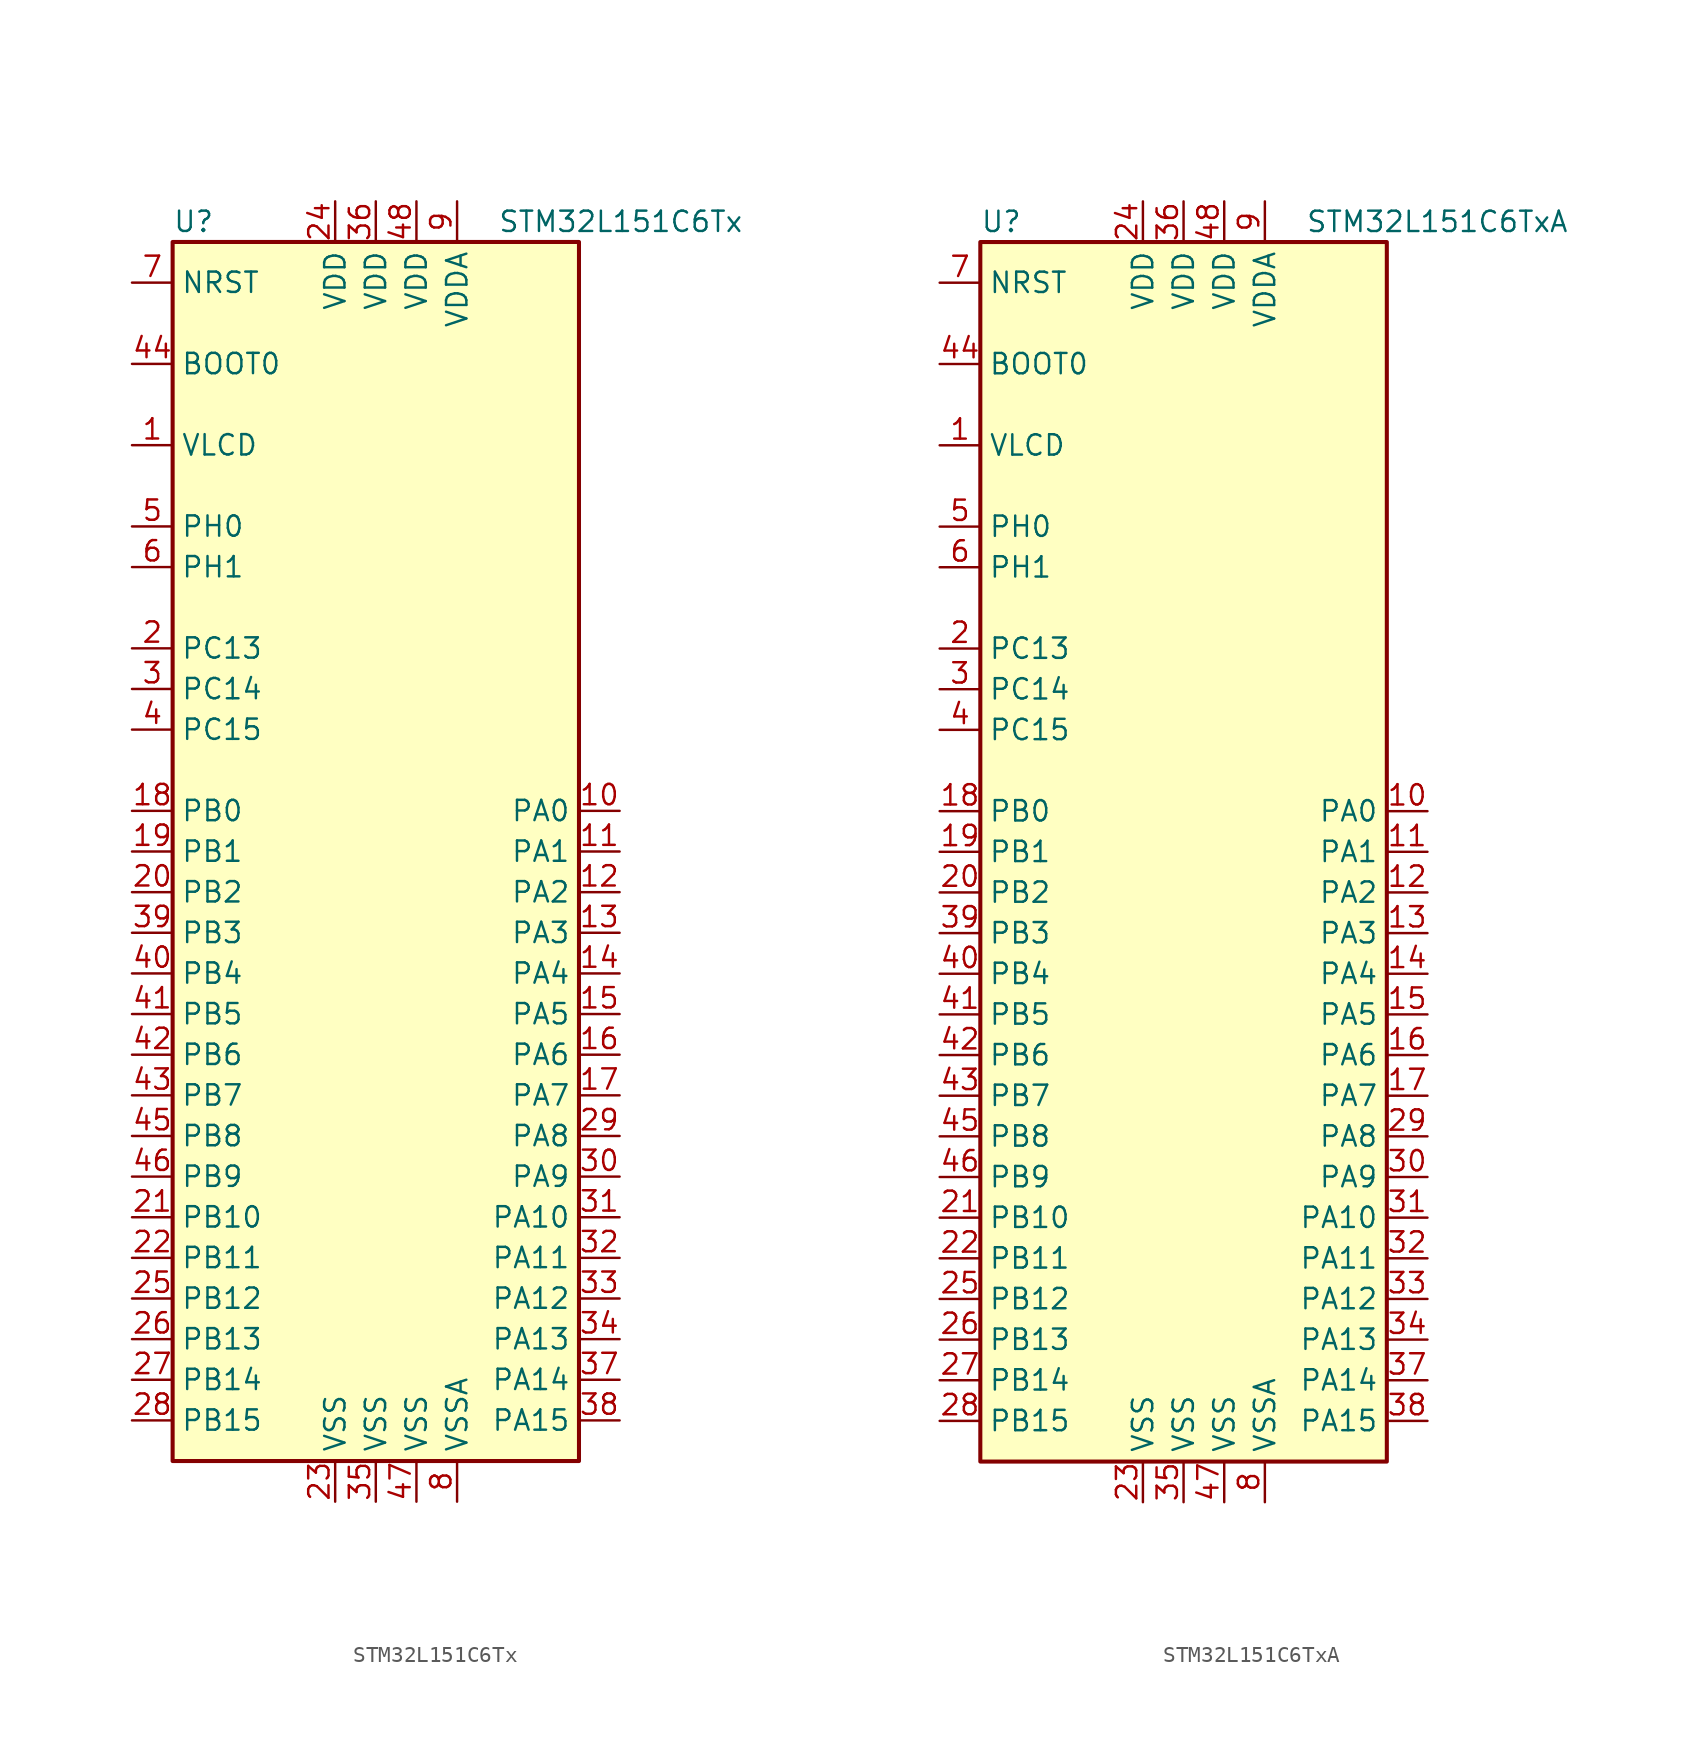
<source format=kicad_sym>
(kicad_symbol_lib
  (version 20201005)
  (generator kicad_symbol_editor)
  (symbol "STM32L151C6Tx"
    (property "Reference" "U"
      (at -12.7 39.37 0)
      (effects (font (size 1.27 1.27)) (justify left)))
    (property "Value" "STM32L151C6Tx"
      (at 7.62 39.37 0)
      (effects (font (size 1.27 1.27)) (justify left)))
    (symbol "STM32L151C6Tx_0_1"
      (rectangle (start -12.7 -38.1) (end 12.7 38.1) (stroke (width 0.254)) (fill (type background))))
    (symbol "STM32L151C6Tx_1_1"
      (pin input line (at -15.24 30.48 0) (length 2.54) (name "BOOT0" (effects (font (size 1.27 1.27)))) (number "44" (effects (font (size 1.27 1.27)))))
      (pin input line (at -15.24 35.56 0) (length 2.54) (name "NRST" (effects (font (size 1.27 1.27)))) (number "7" (effects (font (size 1.27 1.27)))))
      (pin bidirectional line (at 15.24 2.54 180) (length 2.54) (name "PA0" (effects (font (size 1.27 1.27)))) (number "10" (effects (font (size 1.27 1.27)))))
      (pin bidirectional line (at 15.24 0 180) (length 2.54) (name "PA1" (effects (font (size 1.27 1.27)))) (number "11" (effects (font (size 1.27 1.27)))))
      (pin bidirectional line (at 15.24 -22.86 180) (length 2.54) (name "PA10" (effects (font (size 1.27 1.27)))) (number "31" (effects (font (size 1.27 1.27)))))
      (pin bidirectional line (at 15.24 -25.4 180) (length 2.54) (name "PA11" (effects (font (size 1.27 1.27)))) (number "32" (effects (font (size 1.27 1.27)))))
      (pin bidirectional line (at 15.24 -27.94 180) (length 2.54) (name "PA12" (effects (font (size 1.27 1.27)))) (number "33" (effects (font (size 1.27 1.27)))))
      (pin bidirectional line (at 15.24 -30.48 180) (length 2.54) (name "PA13" (effects (font (size 1.27 1.27)))) (number "34" (effects (font (size 1.27 1.27)))))
      (pin bidirectional line (at 15.24 -33.02 180) (length 2.54) (name "PA14" (effects (font (size 1.27 1.27)))) (number "37" (effects (font (size 1.27 1.27)))))
      (pin bidirectional line (at 15.24 -35.56 180) (length 2.54) (name "PA15" (effects (font (size 1.27 1.27)))) (number "38" (effects (font (size 1.27 1.27)))))
      (pin bidirectional line (at 15.24 -2.54 180) (length 2.54) (name "PA2" (effects (font (size 1.27 1.27)))) (number "12" (effects (font (size 1.27 1.27)))))
      (pin bidirectional line (at 15.24 -5.08 180) (length 2.54) (name "PA3" (effects (font (size 1.27 1.27)))) (number "13" (effects (font (size 1.27 1.27)))))
      (pin bidirectional line (at 15.24 -7.62 180) (length 2.54) (name "PA4" (effects (font (size 1.27 1.27)))) (number "14" (effects (font (size 1.27 1.27)))))
      (pin bidirectional line (at 15.24 -10.16 180) (length 2.54) (name "PA5" (effects (font (size 1.27 1.27)))) (number "15" (effects (font (size 1.27 1.27)))))
      (pin bidirectional line (at 15.24 -12.7 180) (length 2.54) (name "PA6" (effects (font (size 1.27 1.27)))) (number "16" (effects (font (size 1.27 1.27)))))
      (pin bidirectional line (at 15.24 -15.24 180) (length 2.54) (name "PA7" (effects (font (size 1.27 1.27)))) (number "17" (effects (font (size 1.27 1.27)))))
      (pin bidirectional line (at 15.24 -17.78 180) (length 2.54) (name "PA8" (effects (font (size 1.27 1.27)))) (number "29" (effects (font (size 1.27 1.27)))))
      (pin bidirectional line (at 15.24 -20.32 180) (length 2.54) (name "PA9" (effects (font (size 1.27 1.27)))) (number "30" (effects (font (size 1.27 1.27)))))
      (pin bidirectional line (at -15.24 2.54 0) (length 2.54) (name "PB0" (effects (font (size 1.27 1.27)))) (number "18" (effects (font (size 1.27 1.27)))))
      (pin bidirectional line (at -15.24 0 0) (length 2.54) (name "PB1" (effects (font (size 1.27 1.27)))) (number "19" (effects (font (size 1.27 1.27)))))
      (pin bidirectional line (at -15.24 -22.86 0) (length 2.54) (name "PB10" (effects (font (size 1.27 1.27)))) (number "21" (effects (font (size 1.27 1.27)))))
      (pin bidirectional line (at -15.24 -25.4 0) (length 2.54) (name "PB11" (effects (font (size 1.27 1.27)))) (number "22" (effects (font (size 1.27 1.27)))))
      (pin bidirectional line (at -15.24 -27.94 0) (length 2.54) (name "PB12" (effects (font (size 1.27 1.27)))) (number "25" (effects (font (size 1.27 1.27)))))
      (pin bidirectional line (at -15.24 -30.48 0) (length 2.54) (name "PB13" (effects (font (size 1.27 1.27)))) (number "26" (effects (font (size 1.27 1.27)))))
      (pin bidirectional line (at -15.24 -33.02 0) (length 2.54) (name "PB14" (effects (font (size 1.27 1.27)))) (number "27" (effects (font (size 1.27 1.27)))))
      (pin bidirectional line (at -15.24 -35.56 0) (length 2.54) (name "PB15" (effects (font (size 1.27 1.27)))) (number "28" (effects (font (size 1.27 1.27)))))
      (pin bidirectional line (at -15.24 -2.54 0) (length 2.54) (name "PB2" (effects (font (size 1.27 1.27)))) (number "20" (effects (font (size 1.27 1.27)))))
      (pin bidirectional line (at -15.24 -5.08 0) (length 2.54) (name "PB3" (effects (font (size 1.27 1.27)))) (number "39" (effects (font (size 1.27 1.27)))))
      (pin bidirectional line (at -15.24 -7.62 0) (length 2.54) (name "PB4" (effects (font (size 1.27 1.27)))) (number "40" (effects (font (size 1.27 1.27)))))
      (pin bidirectional line (at -15.24 -10.16 0) (length 2.54) (name "PB5" (effects (font (size 1.27 1.27)))) (number "41" (effects (font (size 1.27 1.27)))))
      (pin bidirectional line (at -15.24 -12.7 0) (length 2.54) (name "PB6" (effects (font (size 1.27 1.27)))) (number "42" (effects (font (size 1.27 1.27)))))
      (pin bidirectional line (at -15.24 -15.24 0) (length 2.54) (name "PB7" (effects (font (size 1.27 1.27)))) (number "43" (effects (font (size 1.27 1.27)))))
      (pin bidirectional line (at -15.24 -17.78 0) (length 2.54) (name "PB8" (effects (font (size 1.27 1.27)))) (number "45" (effects (font (size 1.27 1.27)))))
      (pin bidirectional line (at -15.24 -20.32 0) (length 2.54) (name "PB9" (effects (font (size 1.27 1.27)))) (number "46" (effects (font (size 1.27 1.27)))))
      (pin bidirectional line (at -15.24 12.7 0) (length 2.54) (name "PC13" (effects (font (size 1.27 1.27)))) (number "2" (effects (font (size 1.27 1.27)))))
      (pin bidirectional line (at -15.24 10.16 0) (length 2.54) (name "PC14" (effects (font (size 1.27 1.27)))) (number "3" (effects (font (size 1.27 1.27)))))
      (pin bidirectional line (at -15.24 7.62 0) (length 2.54) (name "PC15" (effects (font (size 1.27 1.27)))) (number "4" (effects (font (size 1.27 1.27)))))
      (pin input line (at -15.24 20.32 0) (length 2.54) (name "PH0" (effects (font (size 1.27 1.27)))) (number "5" (effects (font (size 1.27 1.27)))))
      (pin input line (at -15.24 17.78 0) (length 2.54) (name "PH1" (effects (font (size 1.27 1.27)))) (number "6" (effects (font (size 1.27 1.27)))))
      (pin power_in line (at -2.54 40.64 270) (length 2.54) (name "VDD" (effects (font (size 1.27 1.27)))) (number "24" (effects (font (size 1.27 1.27)))))
      (pin power_in line (at 0 40.64 270) (length 2.54) (name "VDD" (effects (font (size 1.27 1.27)))) (number "36" (effects (font (size 1.27 1.27)))))
      (pin power_in line (at 2.54 40.64 270) (length 2.54) (name "VDD" (effects (font (size 1.27 1.27)))) (number "48" (effects (font (size 1.27 1.27)))))
      (pin power_in line (at 5.08 40.64 270) (length 2.54) (name "VDDA" (effects (font (size 1.27 1.27)))) (number "9" (effects (font (size 1.27 1.27)))))
      (pin power_in line (at -15.24 25.4 0) (length 2.54) (name "VLCD" (effects (font (size 1.27 1.27)))) (number "1" (effects (font (size 1.27 1.27)))))
      (pin power_in line (at -2.54 -40.64 90) (length 2.54) (name "VSS" (effects (font (size 1.27 1.27)))) (number "23" (effects (font (size 1.27 1.27)))))
      (pin power_in line (at 0 -40.64 90) (length 2.54) (name "VSS" (effects (font (size 1.27 1.27)))) (number "35" (effects (font (size 1.27 1.27)))))
      (pin power_in line (at 2.54 -40.64 90) (length 2.54) (name "VSS" (effects (font (size 1.27 1.27)))) (number "47" (effects (font (size 1.27 1.27)))))
      (pin power_in line (at 5.08 -40.64 90) (length 2.54) (name "VSSA" (effects (font (size 1.27 1.27)))) (number "8" (effects (font (size 1.27 1.27)))))))
  (symbol "STM32L151C6TxA"
    (property "Reference" "U"
      (at -12.7 39.37 0)
      (effects (font (size 1.27 1.27)) (justify left)))
    (property "Value" "STM32L151C6TxA"
      (at 7.62 39.37 0)
      (effects (font (size 1.27 1.27)) (justify left)))
    (symbol "STM32L151C6TxA_0_1"
      (rectangle (start -12.7 -38.1) (end 12.7 38.1) (stroke (width 0.254)) (fill (type background))))
    (symbol "STM32L151C6TxA_1_1"
      (pin input line (at -15.24 30.48 0) (length 2.54) (name "BOOT0" (effects (font (size 1.27 1.27)))) (number "44" (effects (font (size 1.27 1.27)))))
      (pin input line (at -15.24 35.56 0) (length 2.54) (name "NRST" (effects (font (size 1.27 1.27)))) (number "7" (effects (font (size 1.27 1.27)))))
      (pin bidirectional line (at 15.24 2.54 180) (length 2.54) (name "PA0" (effects (font (size 1.27 1.27)))) (number "10" (effects (font (size 1.27 1.27)))))
      (pin bidirectional line (at 15.24 0 180) (length 2.54) (name "PA1" (effects (font (size 1.27 1.27)))) (number "11" (effects (font (size 1.27 1.27)))))
      (pin bidirectional line (at 15.24 -22.86 180) (length 2.54) (name "PA10" (effects (font (size 1.27 1.27)))) (number "31" (effects (font (size 1.27 1.27)))))
      (pin bidirectional line (at 15.24 -25.4 180) (length 2.54) (name "PA11" (effects (font (size 1.27 1.27)))) (number "32" (effects (font (size 1.27 1.27)))))
      (pin bidirectional line (at 15.24 -27.94 180) (length 2.54) (name "PA12" (effects (font (size 1.27 1.27)))) (number "33" (effects (font (size 1.27 1.27)))))
      (pin bidirectional line (at 15.24 -30.48 180) (length 2.54) (name "PA13" (effects (font (size 1.27 1.27)))) (number "34" (effects (font (size 1.27 1.27)))))
      (pin bidirectional line (at 15.24 -33.02 180) (length 2.54) (name "PA14" (effects (font (size 1.27 1.27)))) (number "37" (effects (font (size 1.27 1.27)))))
      (pin bidirectional line (at 15.24 -35.56 180) (length 2.54) (name "PA15" (effects (font (size 1.27 1.27)))) (number "38" (effects (font (size 1.27 1.27)))))
      (pin bidirectional line (at 15.24 -2.54 180) (length 2.54) (name "PA2" (effects (font (size 1.27 1.27)))) (number "12" (effects (font (size 1.27 1.27)))))
      (pin bidirectional line (at 15.24 -5.08 180) (length 2.54) (name "PA3" (effects (font (size 1.27 1.27)))) (number "13" (effects (font (size 1.27 1.27)))))
      (pin bidirectional line (at 15.24 -7.62 180) (length 2.54) (name "PA4" (effects (font (size 1.27 1.27)))) (number "14" (effects (font (size 1.27 1.27)))))
      (pin bidirectional line (at 15.24 -10.16 180) (length 2.54) (name "PA5" (effects (font (size 1.27 1.27)))) (number "15" (effects (font (size 1.27 1.27)))))
      (pin bidirectional line (at 15.24 -12.7 180) (length 2.54) (name "PA6" (effects (font (size 1.27 1.27)))) (number "16" (effects (font (size 1.27 1.27)))))
      (pin bidirectional line (at 15.24 -15.24 180) (length 2.54) (name "PA7" (effects (font (size 1.27 1.27)))) (number "17" (effects (font (size 1.27 1.27)))))
      (pin bidirectional line (at 15.24 -17.78 180) (length 2.54) (name "PA8" (effects (font (size 1.27 1.27)))) (number "29" (effects (font (size 1.27 1.27)))))
      (pin bidirectional line (at 15.24 -20.32 180) (length 2.54) (name "PA9" (effects (font (size 1.27 1.27)))) (number "30" (effects (font (size 1.27 1.27)))))
      (pin bidirectional line (at -15.24 2.54 0) (length 2.54) (name "PB0" (effects (font (size 1.27 1.27)))) (number "18" (effects (font (size 1.27 1.27)))))
      (pin bidirectional line (at -15.24 0 0) (length 2.54) (name "PB1" (effects (font (size 1.27 1.27)))) (number "19" (effects (font (size 1.27 1.27)))))
      (pin bidirectional line (at -15.24 -22.86 0) (length 2.54) (name "PB10" (effects (font (size 1.27 1.27)))) (number "21" (effects (font (size 1.27 1.27)))))
      (pin bidirectional line (at -15.24 -25.4 0) (length 2.54) (name "PB11" (effects (font (size 1.27 1.27)))) (number "22" (effects (font (size 1.27 1.27)))))
      (pin bidirectional line (at -15.24 -27.94 0) (length 2.54) (name "PB12" (effects (font (size 1.27 1.27)))) (number "25" (effects (font (size 1.27 1.27)))))
      (pin bidirectional line (at -15.24 -30.48 0) (length 2.54) (name "PB13" (effects (font (size 1.27 1.27)))) (number "26" (effects (font (size 1.27 1.27)))))
      (pin bidirectional line (at -15.24 -33.02 0) (length 2.54) (name "PB14" (effects (font (size 1.27 1.27)))) (number "27" (effects (font (size 1.27 1.27)))))
      (pin bidirectional line (at -15.24 -35.56 0) (length 2.54) (name "PB15" (effects (font (size 1.27 1.27)))) (number "28" (effects (font (size 1.27 1.27)))))
      (pin bidirectional line (at -15.24 -2.54 0) (length 2.54) (name "PB2" (effects (font (size 1.27 1.27)))) (number "20" (effects (font (size 1.27 1.27)))))
      (pin bidirectional line (at -15.24 -5.08 0) (length 2.54) (name "PB3" (effects (font (size 1.27 1.27)))) (number "39" (effects (font (size 1.27 1.27)))))
      (pin bidirectional line (at -15.24 -7.62 0) (length 2.54) (name "PB4" (effects (font (size 1.27 1.27)))) (number "40" (effects (font (size 1.27 1.27)))))
      (pin bidirectional line (at -15.24 -10.16 0) (length 2.54) (name "PB5" (effects (font (size 1.27 1.27)))) (number "41" (effects (font (size 1.27 1.27)))))
      (pin bidirectional line (at -15.24 -12.7 0) (length 2.54) (name "PB6" (effects (font (size 1.27 1.27)))) (number "42" (effects (font (size 1.27 1.27)))))
      (pin bidirectional line (at -15.24 -15.24 0) (length 2.54) (name "PB7" (effects (font (size 1.27 1.27)))) (number "43" (effects (font (size 1.27 1.27)))))
      (pin bidirectional line (at -15.24 -17.78 0) (length 2.54) (name "PB8" (effects (font (size 1.27 1.27)))) (number "45" (effects (font (size 1.27 1.27)))))
      (pin bidirectional line (at -15.24 -20.32 0) (length 2.54) (name "PB9" (effects (font (size 1.27 1.27)))) (number "46" (effects (font (size 1.27 1.27)))))
      (pin bidirectional line (at -15.24 12.7 0) (length 2.54) (name "PC13" (effects (font (size 1.27 1.27)))) (number "2" (effects (font (size 1.27 1.27)))))
      (pin bidirectional line (at -15.24 10.16 0) (length 2.54) (name "PC14" (effects (font (size 1.27 1.27)))) (number "3" (effects (font (size 1.27 1.27)))))
      (pin bidirectional line (at -15.24 7.62 0) (length 2.54) (name "PC15" (effects (font (size 1.27 1.27)))) (number "4" (effects (font (size 1.27 1.27)))))
      (pin input line (at -15.24 20.32 0) (length 2.54) (name "PH0" (effects (font (size 1.27 1.27)))) (number "5" (effects (font (size 1.27 1.27)))))
      (pin input line (at -15.24 17.78 0) (length 2.54) (name "PH1" (effects (font (size 1.27 1.27)))) (number "6" (effects (font (size 1.27 1.27)))))
      (pin power_in line (at -2.54 40.64 270) (length 2.54) (name "VDD" (effects (font (size 1.27 1.27)))) (number "24" (effects (font (size 1.27 1.27)))))
      (pin power_in line (at 0 40.64 270) (length 2.54) (name "VDD" (effects (font (size 1.27 1.27)))) (number "36" (effects (font (size 1.27 1.27)))))
      (pin power_in line (at 2.54 40.64 270) (length 2.54) (name "VDD" (effects (font (size 1.27 1.27)))) (number "48" (effects (font (size 1.27 1.27)))))
      (pin power_in line (at 5.08 40.64 270) (length 2.54) (name "VDDA" (effects (font (size 1.27 1.27)))) (number "9" (effects (font (size 1.27 1.27)))))
      (pin power_in line (at -15.24 25.4 0) (length 2.54) (name "VLCD" (effects (font (size 1.27 1.27)))) (number "1" (effects (font (size 1.27 1.27)))))
      (pin power_in line (at -2.54 -40.64 90) (length 2.54) (name "VSS" (effects (font (size 1.27 1.27)))) (number "23" (effects (font (size 1.27 1.27)))))
      (pin power_in line (at 0 -40.64 90) (length 2.54) (name "VSS" (effects (font (size 1.27 1.27)))) (number "35" (effects (font (size 1.27 1.27)))))
      (pin power_in line (at 2.54 -40.64 90) (length 2.54) (name "VSS" (effects (font (size 1.27 1.27)))) (number "47" (effects (font (size 1.27 1.27)))))
      (pin power_in line (at 5.08 -40.64 90) (length 2.54) (name "VSSA" (effects (font (size 1.27 1.27)))) (number "8" (effects (font (size 1.27 1.27))))))))
</source>
